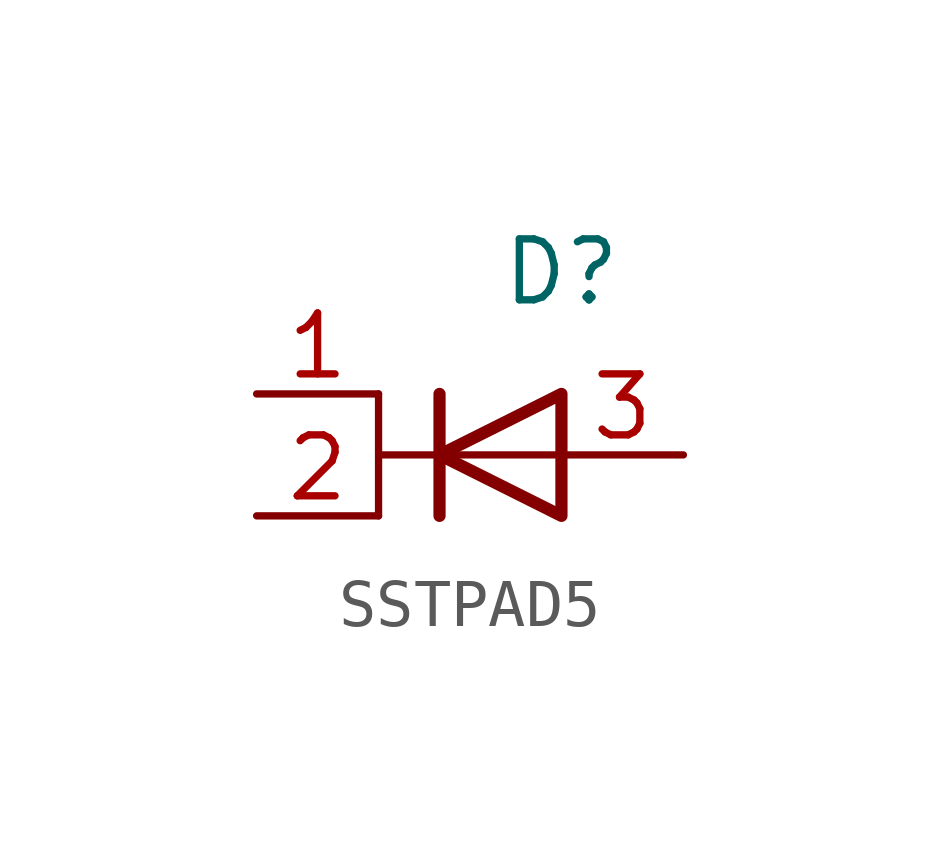
<source format=kicad_sym>
(kicad_symbol_lib
  (version 20220914)
  (generator kicad_symbol_editor)
  (symbol "SSTPAD5"
    (property "Reference" "D"
      (at 1.27 3.81 0)
      (effects (font (size 1.27 1.27))))
    (property "Value" ""
      (at 0 0 0)
      (effects (font (size 1.27 1.27))))
    (symbol "SSTPAD5_0_1"
      (polyline (pts (xy -1.27 1.27) (xy -1.27 -1.27)) (stroke (width 0.254) (type default)) (fill (type none)))
      (polyline (pts (xy 1.27 0) (xy -1.27 0)) (stroke (width 0) (type default)) (fill (type none)))
      (polyline (pts (xy -2.54 1.27) (xy -2.54 -1.27) (xy -2.54 0) (xy -1.27 0)) (stroke (width 0) (type default)) (fill (type none)))
      (polyline (pts (xy 1.27 1.27) (xy 1.27 -1.27) (xy -1.27 0) (xy 1.27 1.27)) (stroke (width 0.254) (type default)) (fill (type none))))
    (symbol "SSTPAD5_1_1"
      (pin passive line (at -5.08 1.27 0) (length 2.54) (name "" (effects (font (size 1.27 1.27)))) (number "1" (effects (font (size 1.27 1.27)))))
      (pin passive line (at -5.08 -1.27 0) (length 2.54) (name "" (effects (font (size 1.27 1.27)))) (number "2" (effects (font (size 1.27 1.27)))))
      (pin passive line (at 3.81 0 180) (length 2.54) (name "" (effects (font (size 1.27 1.27)))) (number "3" (effects (font (size 1.27 1.27))))))))
</source>
